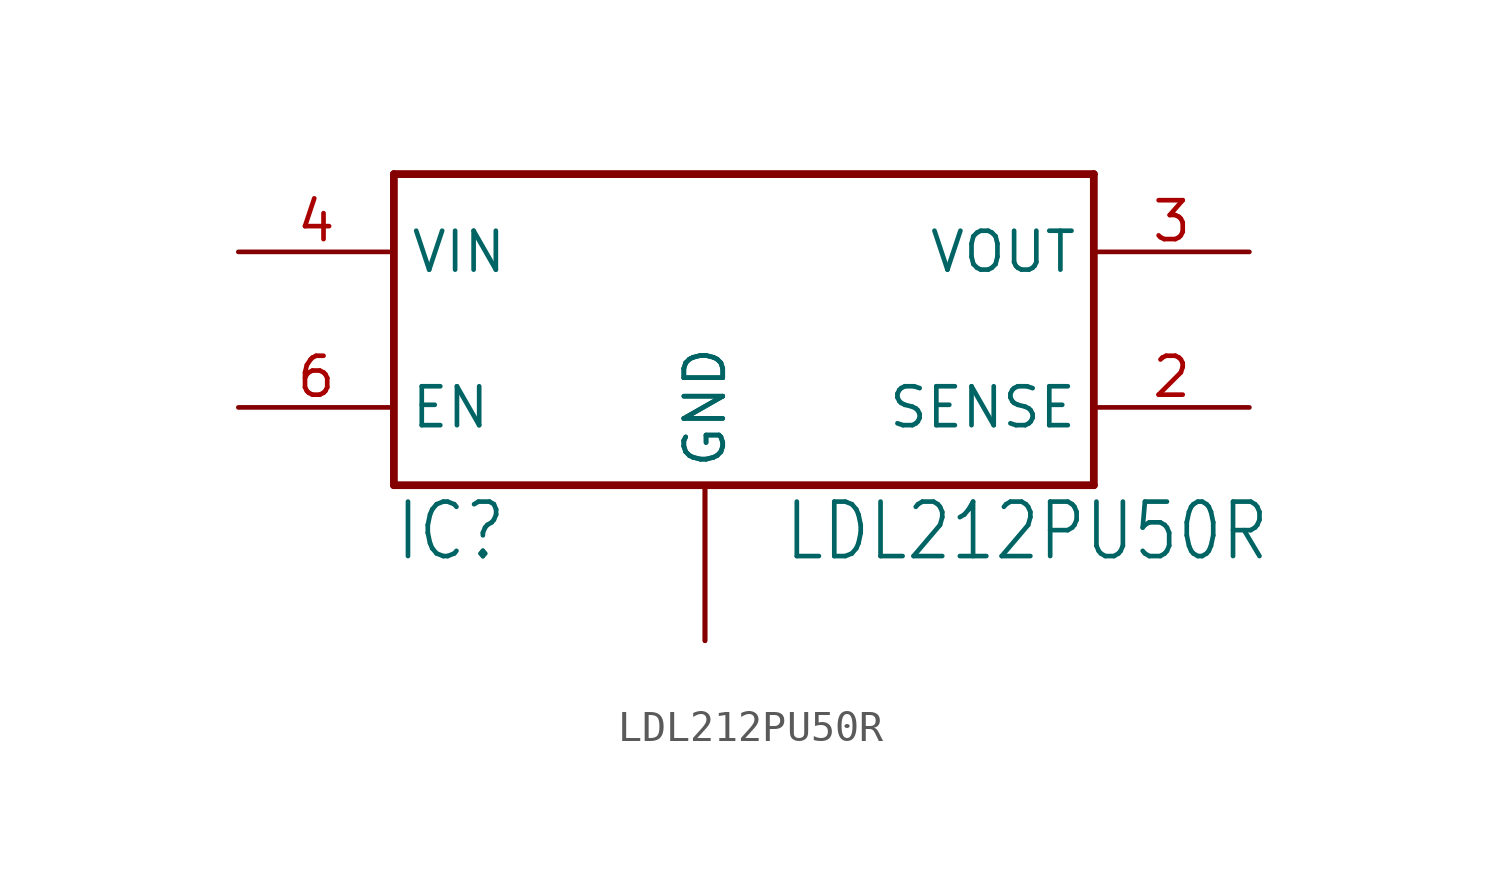
<source format=kicad_sym>
(kicad_symbol_lib
  (version 20201005)
  (generator kicad_symbol_editor)
  (symbol "LDL212PU50R"
    (property "Reference" "IC"
      (at -10.16 -10.16 0)
      (effects (font (size 1.778 1.511)) (justify left bottom)))
    (property "Value" "LDL212PU50R"
      (at 2.54 -10.16 0)
      (effects (font (size 1.778 1.511)) (justify left bottom)))
    (property "ki_locked" ""
      (at 0 0 0)
      (effects (font (size 1.27 1.27))))
    (symbol "LDL212PU50R_1_0"
      (polyline (pts (xy -10.16 -7.62) (xy -10.16 2.54)) (stroke (width 0.254)) (fill (type none)))
      (polyline (pts (xy -10.16 2.54) (xy 12.7 2.54)) (stroke (width 0.254)) (fill (type none)))
      (polyline (pts (xy 12.7 -7.62) (xy -10.16 -7.62)) (stroke (width 0.254)) (fill (type none)))
      (polyline (pts (xy 12.7 2.54) (xy 12.7 -7.62)) (stroke (width 0.254)) (fill (type none)))
      (pin bidirectional line (at 0 -12.7 90) (length 5.08) (name "GND" (effects (font (size 1.27 1.27)))) (number "1" (effects (font (size 0 0)))))
      (pin bidirectional line (at 17.78 -5.08 180) (length 5.08) (name "SENSE" (effects (font (size 1.27 1.27)))) (number "2" (effects (font (size 1.27 1.27)))))
      (pin bidirectional line (at 17.78 0 180) (length 5.08) (name "VOUT" (effects (font (size 1.27 1.27)))) (number "3" (effects (font (size 1.27 1.27)))))
      (pin bidirectional line (at -15.24 0 0) (length 5.08) (name "VIN" (effects (font (size 1.27 1.27)))) (number "4" (effects (font (size 1.27 1.27)))))
      (pin bidirectional line (at -15.24 -5.08 0) (length 5.08) (name "EN" (effects (font (size 1.27 1.27)))) (number "6" (effects (font (size 1.27 1.27)))))
      (pin bidirectional line (at 0 -12.7 90) (length 5.08) (name "GND" (effects (font (size 1.27 1.27)))) (number "7" (effects (font (size 0 0))))))))
</source>
